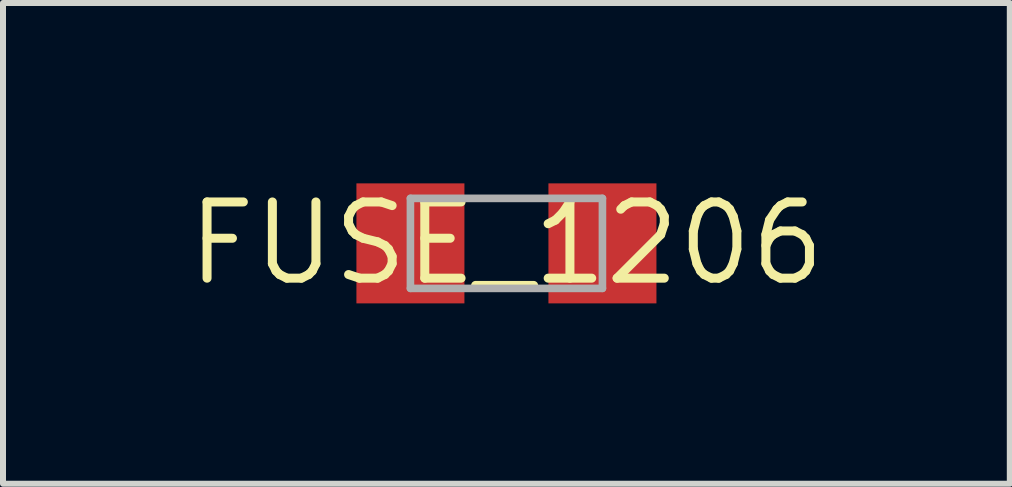
<source format=kicad_pcb>
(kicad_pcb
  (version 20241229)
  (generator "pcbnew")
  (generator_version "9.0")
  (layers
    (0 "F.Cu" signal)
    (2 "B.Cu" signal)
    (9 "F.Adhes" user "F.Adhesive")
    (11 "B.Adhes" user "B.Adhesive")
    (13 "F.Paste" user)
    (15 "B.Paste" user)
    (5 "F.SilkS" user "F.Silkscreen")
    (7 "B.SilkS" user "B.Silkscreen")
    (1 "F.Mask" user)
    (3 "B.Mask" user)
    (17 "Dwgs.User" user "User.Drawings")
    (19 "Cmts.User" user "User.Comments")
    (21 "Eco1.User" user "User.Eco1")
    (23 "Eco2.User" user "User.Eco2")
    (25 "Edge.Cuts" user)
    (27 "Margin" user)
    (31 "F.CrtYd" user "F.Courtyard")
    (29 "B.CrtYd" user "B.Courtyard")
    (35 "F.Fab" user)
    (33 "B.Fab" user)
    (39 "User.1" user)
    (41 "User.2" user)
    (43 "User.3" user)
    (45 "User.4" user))
  (footprint "FUSE_1206"
    (layer "F.Cu")
    (at 5.39 1.006)
    (property "Reference" "FUSE_1206" (at 0 0 0) (layer "F.SilkS") (effects (font (size 1.27 1.27) (thickness 0.15))))
    (fp_line (start -1.6 -0.75) (end 1.6 -0.75) (stroke (width 0.127) (type solid)) (layer "F.Fab"))
    (fp_line (start -1.6 0.75) (end -1.6 -0.75) (stroke (width 0.127) (type solid)) (layer "F.Fab"))
    (fp_line (start 1.6 -0.75) (end 1.6 0.75) (stroke (width 0.127) (type solid)) (layer "F.Fab"))
    (fp_line (start 1.6 0.75) (end -1.6 0.75) (stroke (width 0.127) (type solid)) (layer "F.Fab"))
    (pad "1" smd rect (at -1.6 0 90) (size 2 1.8) (layers "F.Cu" "F.Mask" "F.Paste"))
    (pad "2" smd rect (at 1.6 0 90) (size 2 1.8) (layers "F.Cu" "F.Mask" "F.Paste")))
  (gr_rect
    (start -3 -3)
    (end 13.779 5.012)
    (stroke (width 0.1) (type default))
    (fill no)
    (layer "Edge.Cuts")))
</source>
